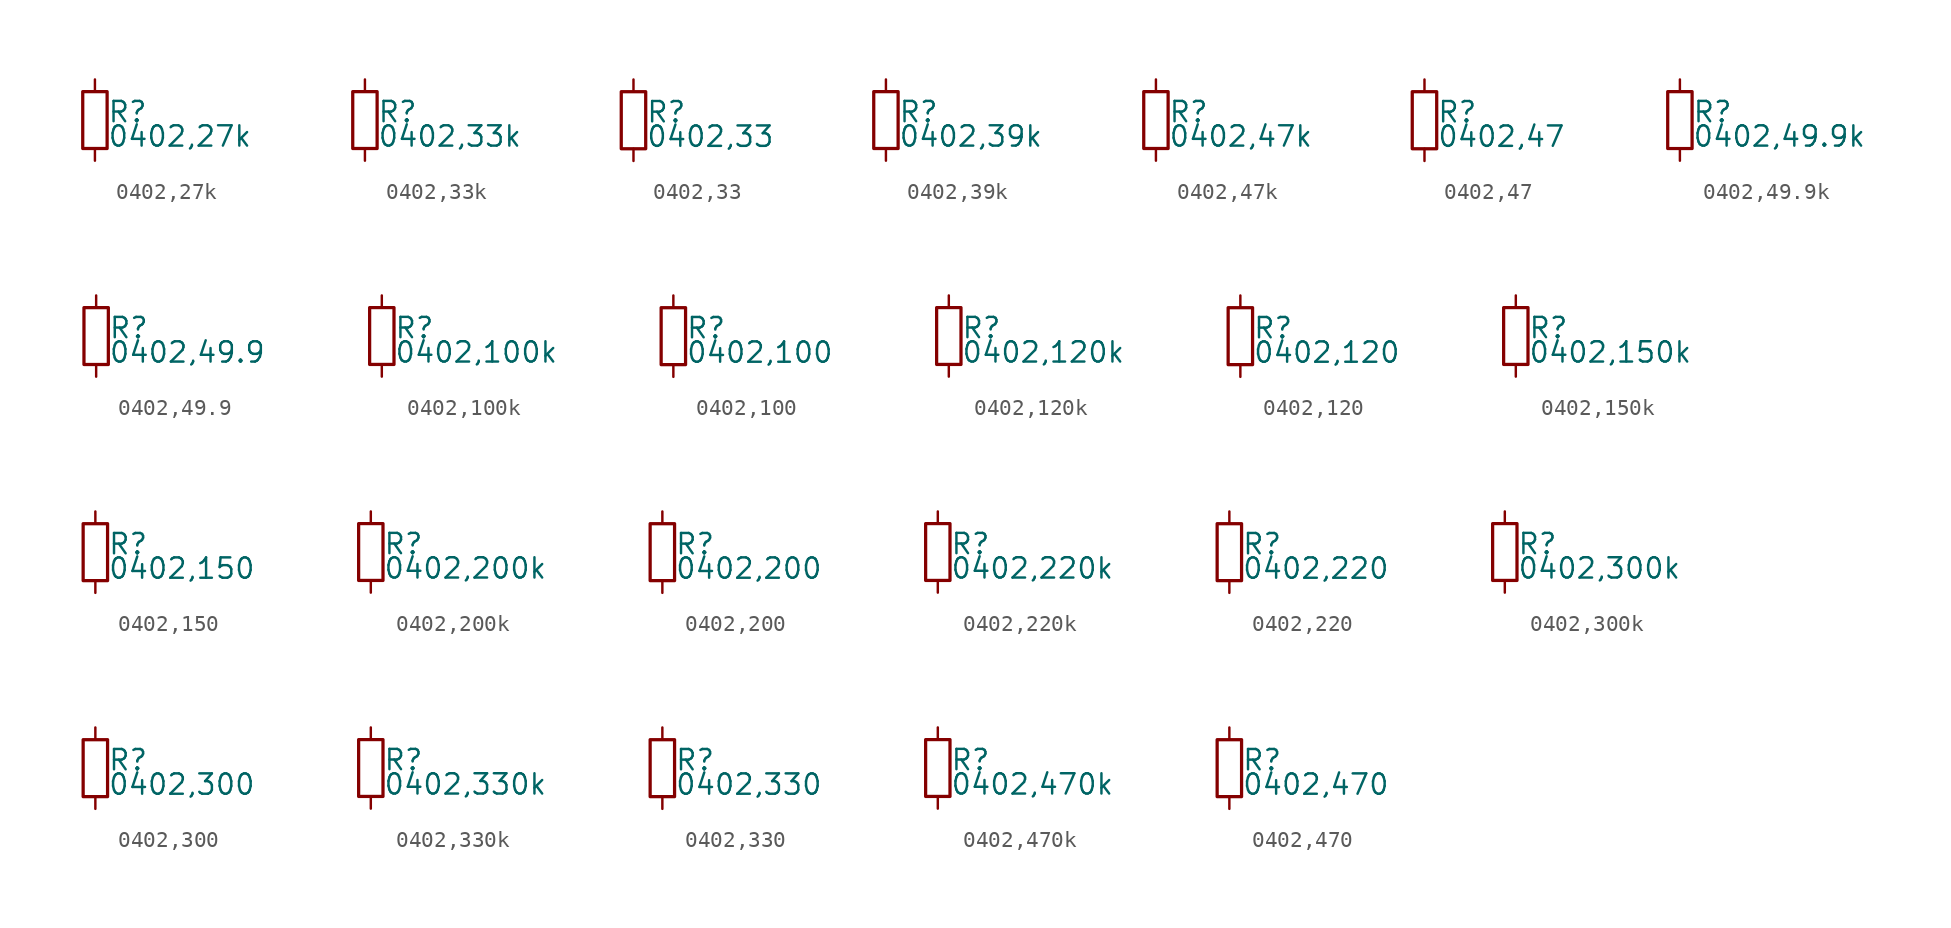
<source format=kicad_sym>
(kicad_symbol_lib
  (version 20220914)
  (generator kicad_symbol_editor)
  (symbol "0402,27k"
    (property "Reference" "R"
      (at 0.762 0.508 0)
      (effects (font (size 1.27 1.27)) (justify left)))
    (property "Value" "0402,27k"
      (at 0.762 -1.016 0)
      (effects (font (size 1.27 1.27)) (justify left)))
    (property "ki_locked" ""
      (at 0 0 0)
      (effects (font (size 1.27 1.27))))
    (symbol "0402,27k_0_0"
      (rectangle (start -0.762 1.778) (end 0.762 -1.778) (stroke (width 0.203) (type default)) (fill (type none)))
      (pin passive line (at 0 2.54 270) (length 0.762) (name "~" (effects (font (size 0 0)))) (number "1" (effects (font (size 0 0)))))
      (pin passive line (at 0 -2.54 90) (length 0.762) (name "~" (effects (font (size 0 0)))) (number "2" (effects (font (size 0 0)))))))
  (symbol "0402,33k"
    (property "Reference" "R"
      (at 0.762 0.508 0)
      (effects (font (size 1.27 1.27)) (justify left)))
    (property "Value" "0402,33k"
      (at 0.762 -1.016 0)
      (effects (font (size 1.27 1.27)) (justify left)))
    (property "ki_locked" ""
      (at 0 0 0)
      (effects (font (size 1.27 1.27))))
    (symbol "0402,33k_0_0"
      (rectangle (start -0.762 1.778) (end 0.762 -1.778) (stroke (width 0.203) (type default)) (fill (type none)))
      (pin passive line (at 0 2.54 270) (length 0.762) (name "~" (effects (font (size 0 0)))) (number "1" (effects (font (size 0 0)))))
      (pin passive line (at 0 -2.54 90) (length 0.762) (name "~" (effects (font (size 0 0)))) (number "2" (effects (font (size 0 0)))))))
  (symbol "0402,33"
    (property "Reference" "R"
      (at 0.762 0.508 0)
      (effects (font (size 1.27 1.27)) (justify left)))
    (property "Value" "0402,33"
      (at 0.762 -1.016 0)
      (effects (font (size 1.27 1.27)) (justify left)))
    (property "ki_locked" ""
      (at 0 0 0)
      (effects (font (size 1.27 1.27))))
    (symbol "0402,33_0_0"
      (rectangle (start -0.762 1.778) (end 0.762 -1.778) (stroke (width 0.203) (type default)) (fill (type none)))
      (pin passive line (at 0 2.54 270) (length 0.762) (name "~" (effects (font (size 0 0)))) (number "1" (effects (font (size 0 0)))))
      (pin passive line (at 0 -2.54 90) (length 0.762) (name "~" (effects (font (size 0 0)))) (number "2" (effects (font (size 0 0)))))))
  (symbol "0402,39k"
    (property "Reference" "R"
      (at 0.762 0.508 0)
      (effects (font (size 1.27 1.27)) (justify left)))
    (property "Value" "0402,39k"
      (at 0.762 -1.016 0)
      (effects (font (size 1.27 1.27)) (justify left)))
    (property "ki_locked" ""
      (at 0 0 0)
      (effects (font (size 1.27 1.27))))
    (symbol "0402,39k_0_0"
      (rectangle (start -0.762 1.778) (end 0.762 -1.778) (stroke (width 0.203) (type default)) (fill (type none)))
      (pin passive line (at 0 2.54 270) (length 0.762) (name "~" (effects (font (size 0 0)))) (number "1" (effects (font (size 0 0)))))
      (pin passive line (at 0 -2.54 90) (length 0.762) (name "~" (effects (font (size 0 0)))) (number "2" (effects (font (size 0 0)))))))
  (symbol "0402,47k"
    (property "Reference" "R"
      (at 0.762 0.508 0)
      (effects (font (size 1.27 1.27)) (justify left)))
    (property "Value" "0402,47k"
      (at 0.762 -1.016 0)
      (effects (font (size 1.27 1.27)) (justify left)))
    (property "ki_locked" ""
      (at 0 0 0)
      (effects (font (size 1.27 1.27))))
    (symbol "0402,47k_0_0"
      (rectangle (start -0.762 1.778) (end 0.762 -1.778) (stroke (width 0.203) (type default)) (fill (type none)))
      (pin passive line (at 0 2.54 270) (length 0.762) (name "~" (effects (font (size 0 0)))) (number "1" (effects (font (size 0 0)))))
      (pin passive line (at 0 -2.54 90) (length 0.762) (name "~" (effects (font (size 0 0)))) (number "2" (effects (font (size 0 0)))))))
  (symbol "0402,47"
    (property "Reference" "R"
      (at 0.762 0.508 0)
      (effects (font (size 1.27 1.27)) (justify left)))
    (property "Value" "0402,47"
      (at 0.762 -1.016 0)
      (effects (font (size 1.27 1.27)) (justify left)))
    (property "ki_locked" ""
      (at 0 0 0)
      (effects (font (size 1.27 1.27))))
    (symbol "0402,47_0_0"
      (rectangle (start -0.762 1.778) (end 0.762 -1.778) (stroke (width 0.203) (type default)) (fill (type none)))
      (pin passive line (at 0 2.54 270) (length 0.762) (name "~" (effects (font (size 0 0)))) (number "1" (effects (font (size 0 0)))))
      (pin passive line (at 0 -2.54 90) (length 0.762) (name "~" (effects (font (size 0 0)))) (number "2" (effects (font (size 0 0)))))))
  (symbol "0402,49.9k"
    (property "Reference" "R"
      (at 0.762 0.508 0)
      (effects (font (size 1.27 1.27)) (justify left)))
    (property "Value" "0402,49.9k"
      (at 0.762 -1.016 0)
      (effects (font (size 1.27 1.27)) (justify left)))
    (property "ki_locked" ""
      (at 0 0 0)
      (effects (font (size 1.27 1.27))))
    (symbol "0402,49.9k_0_0"
      (rectangle (start -0.762 1.778) (end 0.762 -1.778) (stroke (width 0.203) (type default)) (fill (type none)))
      (pin passive line (at 0 2.54 270) (length 0.762) (name "~" (effects (font (size 0 0)))) (number "1" (effects (font (size 0 0)))))
      (pin passive line (at 0 -2.54 90) (length 0.762) (name "~" (effects (font (size 0 0)))) (number "2" (effects (font (size 0 0)))))))
  (symbol "0402,49.9"
    (property "Reference" "R"
      (at 0.762 0.508 0)
      (effects (font (size 1.27 1.27)) (justify left)))
    (property "Value" "0402,49.9"
      (at 0.762 -1.016 0)
      (effects (font (size 1.27 1.27)) (justify left)))
    (property "ki_locked" ""
      (at 0 0 0)
      (effects (font (size 1.27 1.27))))
    (symbol "0402,49.9_0_0"
      (rectangle (start -0.762 1.778) (end 0.762 -1.778) (stroke (width 0.203) (type default)) (fill (type none)))
      (pin passive line (at 0 2.54 270) (length 0.762) (name "~" (effects (font (size 0 0)))) (number "1" (effects (font (size 0 0)))))
      (pin passive line (at 0 -2.54 90) (length 0.762) (name "~" (effects (font (size 0 0)))) (number "2" (effects (font (size 0 0)))))))
  (symbol "0402,100k"
    (property "Reference" "R"
      (at 0.762 0.508 0)
      (effects (font (size 1.27 1.27)) (justify left)))
    (property "Value" "0402,100k"
      (at 0.762 -1.016 0)
      (effects (font (size 1.27 1.27)) (justify left)))
    (property "ki_locked" ""
      (at 0 0 0)
      (effects (font (size 1.27 1.27))))
    (symbol "0402,100k_0_0"
      (rectangle (start -0.762 1.778) (end 0.762 -1.778) (stroke (width 0.203) (type default)) (fill (type none)))
      (pin passive line (at 0 2.54 270) (length 0.762) (name "~" (effects (font (size 0 0)))) (number "1" (effects (font (size 0 0)))))
      (pin passive line (at 0 -2.54 90) (length 0.762) (name "~" (effects (font (size 0 0)))) (number "2" (effects (font (size 0 0)))))))
  (symbol "0402,100"
    (property "Reference" "R"
      (at 0.762 0.508 0)
      (effects (font (size 1.27 1.27)) (justify left)))
    (property "Value" "0402,100"
      (at 0.762 -1.016 0)
      (effects (font (size 1.27 1.27)) (justify left)))
    (property "ki_locked" ""
      (at 0 0 0)
      (effects (font (size 1.27 1.27))))
    (symbol "0402,100_0_0"
      (rectangle (start -0.762 1.778) (end 0.762 -1.778) (stroke (width 0.203) (type default)) (fill (type none)))
      (pin passive line (at 0 2.54 270) (length 0.762) (name "~" (effects (font (size 0 0)))) (number "1" (effects (font (size 0 0)))))
      (pin passive line (at 0 -2.54 90) (length 0.762) (name "~" (effects (font (size 0 0)))) (number "2" (effects (font (size 0 0)))))))
  (symbol "0402,120k"
    (property "Reference" "R"
      (at 0.762 0.508 0)
      (effects (font (size 1.27 1.27)) (justify left)))
    (property "Value" "0402,120k"
      (at 0.762 -1.016 0)
      (effects (font (size 1.27 1.27)) (justify left)))
    (property "ki_locked" ""
      (at 0 0 0)
      (effects (font (size 1.27 1.27))))
    (symbol "0402,120k_0_0"
      (rectangle (start -0.762 1.778) (end 0.762 -1.778) (stroke (width 0.203) (type default)) (fill (type none)))
      (pin passive line (at 0 2.54 270) (length 0.762) (name "~" (effects (font (size 0 0)))) (number "1" (effects (font (size 0 0)))))
      (pin passive line (at 0 -2.54 90) (length 0.762) (name "~" (effects (font (size 0 0)))) (number "2" (effects (font (size 0 0)))))))
  (symbol "0402,120"
    (property "Reference" "R"
      (at 0.762 0.508 0)
      (effects (font (size 1.27 1.27)) (justify left)))
    (property "Value" "0402,120"
      (at 0.762 -1.016 0)
      (effects (font (size 1.27 1.27)) (justify left)))
    (property "ki_locked" ""
      (at 0 0 0)
      (effects (font (size 1.27 1.27))))
    (symbol "0402,120_0_0"
      (rectangle (start -0.762 1.778) (end 0.762 -1.778) (stroke (width 0.203) (type default)) (fill (type none)))
      (pin passive line (at 0 2.54 270) (length 0.762) (name "~" (effects (font (size 0 0)))) (number "1" (effects (font (size 0 0)))))
      (pin passive line (at 0 -2.54 90) (length 0.762) (name "~" (effects (font (size 0 0)))) (number "2" (effects (font (size 0 0)))))))
  (symbol "0402,150k"
    (property "Reference" "R"
      (at 0.762 0.508 0)
      (effects (font (size 1.27 1.27)) (justify left)))
    (property "Value" "0402,150k"
      (at 0.762 -1.016 0)
      (effects (font (size 1.27 1.27)) (justify left)))
    (property "ki_locked" ""
      (at 0 0 0)
      (effects (font (size 1.27 1.27))))
    (symbol "0402,150k_0_0"
      (rectangle (start -0.762 1.778) (end 0.762 -1.778) (stroke (width 0.203) (type default)) (fill (type none)))
      (pin passive line (at 0 2.54 270) (length 0.762) (name "~" (effects (font (size 0 0)))) (number "1" (effects (font (size 0 0)))))
      (pin passive line (at 0 -2.54 90) (length 0.762) (name "~" (effects (font (size 0 0)))) (number "2" (effects (font (size 0 0)))))))
  (symbol "0402,150"
    (property "Reference" "R"
      (at 0.762 0.508 0)
      (effects (font (size 1.27 1.27)) (justify left)))
    (property "Value" "0402,150"
      (at 0.762 -1.016 0)
      (effects (font (size 1.27 1.27)) (justify left)))
    (property "ki_locked" ""
      (at 0 0 0)
      (effects (font (size 1.27 1.27))))
    (symbol "0402,150_0_0"
      (rectangle (start -0.762 1.778) (end 0.762 -1.778) (stroke (width 0.203) (type default)) (fill (type none)))
      (pin passive line (at 0 2.54 270) (length 0.762) (name "~" (effects (font (size 0 0)))) (number "1" (effects (font (size 0 0)))))
      (pin passive line (at 0 -2.54 90) (length 0.762) (name "~" (effects (font (size 0 0)))) (number "2" (effects (font (size 0 0)))))))
  (symbol "0402,200k"
    (property "Reference" "R"
      (at 0.762 0.508 0)
      (effects (font (size 1.27 1.27)) (justify left)))
    (property "Value" "0402,200k"
      (at 0.762 -1.016 0)
      (effects (font (size 1.27 1.27)) (justify left)))
    (property "ki_locked" ""
      (at 0 0 0)
      (effects (font (size 1.27 1.27))))
    (symbol "0402,200k_0_0"
      (rectangle (start -0.762 1.778) (end 0.762 -1.778) (stroke (width 0.203) (type default)) (fill (type none)))
      (pin passive line (at 0 2.54 270) (length 0.762) (name "~" (effects (font (size 0 0)))) (number "1" (effects (font (size 0 0)))))
      (pin passive line (at 0 -2.54 90) (length 0.762) (name "~" (effects (font (size 0 0)))) (number "2" (effects (font (size 0 0)))))))
  (symbol "0402,200"
    (property "Reference" "R"
      (at 0.762 0.508 0)
      (effects (font (size 1.27 1.27)) (justify left)))
    (property "Value" "0402,200"
      (at 0.762 -1.016 0)
      (effects (font (size 1.27 1.27)) (justify left)))
    (property "ki_locked" ""
      (at 0 0 0)
      (effects (font (size 1.27 1.27))))
    (symbol "0402,200_0_0"
      (rectangle (start -0.762 1.778) (end 0.762 -1.778) (stroke (width 0.203) (type default)) (fill (type none)))
      (pin passive line (at 0 2.54 270) (length 0.762) (name "~" (effects (font (size 0 0)))) (number "1" (effects (font (size 0 0)))))
      (pin passive line (at 0 -2.54 90) (length 0.762) (name "~" (effects (font (size 0 0)))) (number "2" (effects (font (size 0 0)))))))
  (symbol "0402,220k"
    (property "Reference" "R"
      (at 0.762 0.508 0)
      (effects (font (size 1.27 1.27)) (justify left)))
    (property "Value" "0402,220k"
      (at 0.762 -1.016 0)
      (effects (font (size 1.27 1.27)) (justify left)))
    (property "ki_locked" ""
      (at 0 0 0)
      (effects (font (size 1.27 1.27))))
    (symbol "0402,220k_0_0"
      (rectangle (start -0.762 1.778) (end 0.762 -1.778) (stroke (width 0.203) (type default)) (fill (type none)))
      (pin passive line (at 0 2.54 270) (length 0.762) (name "~" (effects (font (size 0 0)))) (number "1" (effects (font (size 0 0)))))
      (pin passive line (at 0 -2.54 90) (length 0.762) (name "~" (effects (font (size 0 0)))) (number "2" (effects (font (size 0 0)))))))
  (symbol "0402,220"
    (property "Reference" "R"
      (at 0.762 0.508 0)
      (effects (font (size 1.27 1.27)) (justify left)))
    (property "Value" "0402,220"
      (at 0.762 -1.016 0)
      (effects (font (size 1.27 1.27)) (justify left)))
    (property "ki_locked" ""
      (at 0 0 0)
      (effects (font (size 1.27 1.27))))
    (symbol "0402,220_0_0"
      (rectangle (start -0.762 1.778) (end 0.762 -1.778) (stroke (width 0.203) (type default)) (fill (type none)))
      (pin passive line (at 0 2.54 270) (length 0.762) (name "~" (effects (font (size 0 0)))) (number "1" (effects (font (size 0 0)))))
      (pin passive line (at 0 -2.54 90) (length 0.762) (name "~" (effects (font (size 0 0)))) (number "2" (effects (font (size 0 0)))))))
  (symbol "0402,300k"
    (property "Reference" "R"
      (at 0.762 0.508 0)
      (effects (font (size 1.27 1.27)) (justify left)))
    (property "Value" "0402,300k"
      (at 0.762 -1.016 0)
      (effects (font (size 1.27 1.27)) (justify left)))
    (property "ki_locked" ""
      (at 0 0 0)
      (effects (font (size 1.27 1.27))))
    (symbol "0402,300k_0_0"
      (rectangle (start -0.762 1.778) (end 0.762 -1.778) (stroke (width 0.203) (type default)) (fill (type none)))
      (pin passive line (at 0 2.54 270) (length 0.762) (name "~" (effects (font (size 0 0)))) (number "1" (effects (font (size 0 0)))))
      (pin passive line (at 0 -2.54 90) (length 0.762) (name "~" (effects (font (size 0 0)))) (number "2" (effects (font (size 0 0)))))))
  (symbol "0402,300"
    (property "Reference" "R"
      (at 0.762 0.508 0)
      (effects (font (size 1.27 1.27)) (justify left)))
    (property "Value" "0402,300"
      (at 0.762 -1.016 0)
      (effects (font (size 1.27 1.27)) (justify left)))
    (property "ki_locked" ""
      (at 0 0 0)
      (effects (font (size 1.27 1.27))))
    (symbol "0402,300_0_0"
      (rectangle (start -0.762 1.778) (end 0.762 -1.778) (stroke (width 0.203) (type default)) (fill (type none)))
      (pin passive line (at 0 2.54 270) (length 0.762) (name "~" (effects (font (size 0 0)))) (number "1" (effects (font (size 0 0)))))
      (pin passive line (at 0 -2.54 90) (length 0.762) (name "~" (effects (font (size 0 0)))) (number "2" (effects (font (size 0 0)))))))
  (symbol "0402,330k"
    (property "Reference" "R"
      (at 0.762 0.508 0)
      (effects (font (size 1.27 1.27)) (justify left)))
    (property "Value" "0402,330k"
      (at 0.762 -1.016 0)
      (effects (font (size 1.27 1.27)) (justify left)))
    (property "ki_locked" ""
      (at 0 0 0)
      (effects (font (size 1.27 1.27))))
    (symbol "0402,330k_0_0"
      (rectangle (start -0.762 1.778) (end 0.762 -1.778) (stroke (width 0.203) (type default)) (fill (type none)))
      (pin passive line (at 0 2.54 270) (length 0.762) (name "~" (effects (font (size 0 0)))) (number "1" (effects (font (size 0 0)))))
      (pin passive line (at 0 -2.54 90) (length 0.762) (name "~" (effects (font (size 0 0)))) (number "2" (effects (font (size 0 0)))))))
  (symbol "0402,330"
    (property "Reference" "R"
      (at 0.762 0.508 0)
      (effects (font (size 1.27 1.27)) (justify left)))
    (property "Value" "0402,330"
      (at 0.762 -1.016 0)
      (effects (font (size 1.27 1.27)) (justify left)))
    (property "ki_locked" ""
      (at 0 0 0)
      (effects (font (size 1.27 1.27))))
    (symbol "0402,330_0_0"
      (rectangle (start -0.762 1.778) (end 0.762 -1.778) (stroke (width 0.203) (type default)) (fill (type none)))
      (pin passive line (at 0 2.54 270) (length 0.762) (name "~" (effects (font (size 0 0)))) (number "1" (effects (font (size 0 0)))))
      (pin passive line (at 0 -2.54 90) (length 0.762) (name "~" (effects (font (size 0 0)))) (number "2" (effects (font (size 0 0)))))))
  (symbol "0402,470k"
    (property "Reference" "R"
      (at 0.762 0.508 0)
      (effects (font (size 1.27 1.27)) (justify left)))
    (property "Value" "0402,470k"
      (at 0.762 -1.016 0)
      (effects (font (size 1.27 1.27)) (justify left)))
    (property "ki_locked" ""
      (at 0 0 0)
      (effects (font (size 1.27 1.27))))
    (symbol "0402,470k_0_0"
      (rectangle (start -0.762 1.778) (end 0.762 -1.778) (stroke (width 0.203) (type default)) (fill (type none)))
      (pin passive line (at 0 2.54 270) (length 0.762) (name "~" (effects (font (size 0 0)))) (number "1" (effects (font (size 0 0)))))
      (pin passive line (at 0 -2.54 90) (length 0.762) (name "~" (effects (font (size 0 0)))) (number "2" (effects (font (size 0 0)))))))
  (symbol "0402,470"
    (property "Reference" "R"
      (at 0.762 0.508 0)
      (effects (font (size 1.27 1.27)) (justify left)))
    (property "Value" "0402,470"
      (at 0.762 -1.016 0)
      (effects (font (size 1.27 1.27)) (justify left)))
    (property "ki_locked" ""
      (at 0 0 0)
      (effects (font (size 1.27 1.27))))
    (symbol "0402,470_0_0"
      (rectangle (start -0.762 1.778) (end 0.762 -1.778) (stroke (width 0.203) (type default)) (fill (type none)))
      (pin passive line (at 0 2.54 270) (length 0.762) (name "~" (effects (font (size 0 0)))) (number "1" (effects (font (size 0 0)))))
      (pin passive line (at 0 -2.54 90) (length 0.762) (name "~" (effects (font (size 0 0)))) (number "2" (effects (font (size 0 0))))))))
</source>
